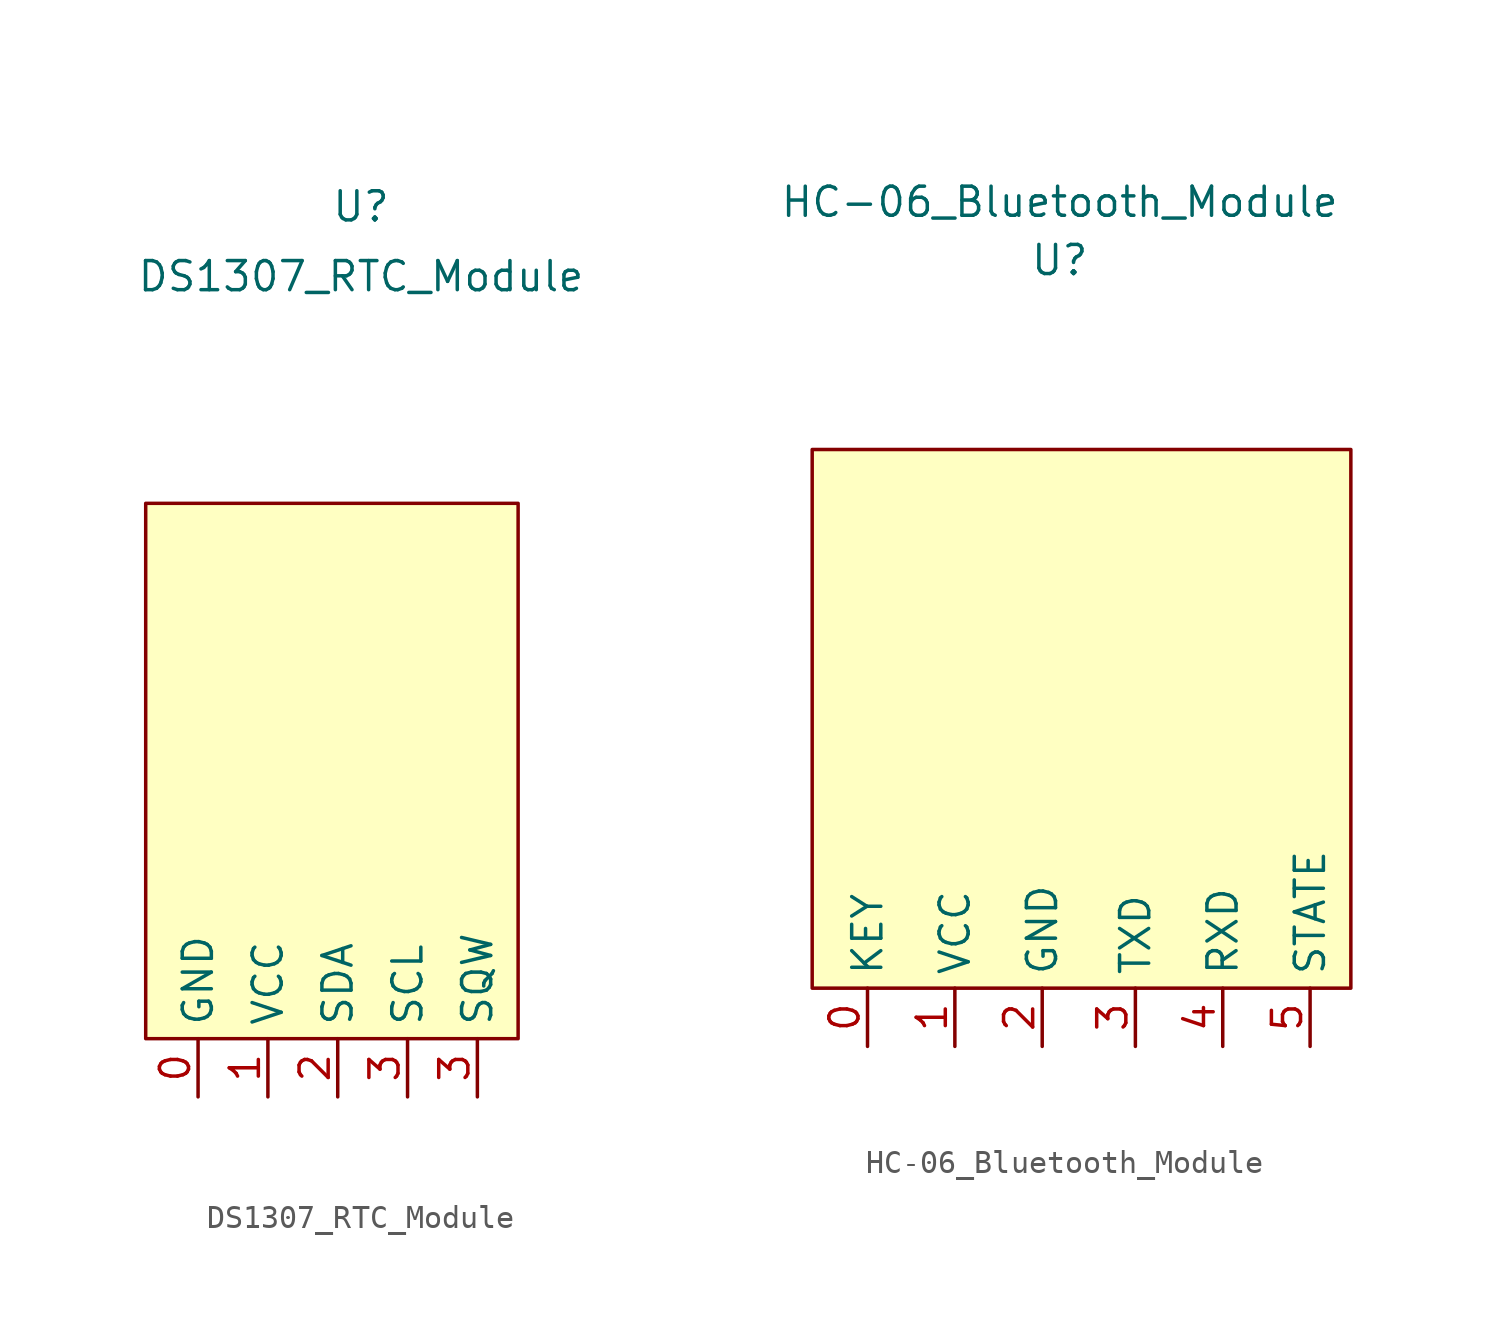
<source format=kicad_sym>
(kicad_symbol_lib
  (version 20211014)
  (generator kicad_symbol_editor)
  (symbol "DS1307_RTC_Module"
    (property "Reference" "U"
      (at 0 24.892 0)
      (effects (font (size 1.27 1.27))))
    (property "Value" "DS1307_RTC_Module"
      (at 0 21.844 0)
      (effects (font (size 1.27 1.27))))
    (symbol "DS1307_RTC_Module_0_1"
      (rectangle (start -9.398 11.938) (end 6.858 -11.43) (stroke (width 0) (type default) (color 0 0 0 0)) (fill (type background))))
    (symbol "DS1307_RTC_Module_1_1"
      (pin input line (at -7.112 -13.97 90) (length 2.54) (name "GND" (effects (font (size 1.27 1.27)))) (number "0" (effects (font (size 1.27 1.27)))))
      (pin input line (at -4.064 -13.97 90) (length 2.54) (name "VCC" (effects (font (size 1.27 1.27)))) (number "1" (effects (font (size 1.27 1.27)))))
      (pin bidirectional line (at -1.016 -13.97 90) (length 2.54) (name "SDA" (effects (font (size 1.27 1.27)))) (number "2" (effects (font (size 1.27 1.27)))))
      (pin input line (at 2.032 -13.97 90) (length 2.54) (name "SCL" (effects (font (size 1.27 1.27)))) (number "3" (effects (font (size 1.27 1.27)))))
      (pin output line (at 5.08 -13.97 90) (length 2.54) (name "SQW" (effects (font (size 1.27 1.27)))) (number "3" (effects (font (size 1.27 1.27)))))))
  (symbol "HC-06_Bluetooth_Module"
    (property "Reference" "U"
      (at -1.27 20.32 0)
      (effects (font (size 1.27 1.27))))
    (property "Value" "HC-06_Bluetooth_Module"
      (at -1.27 22.86 0)
      (effects (font (size 1.27 1.27))))
    (symbol "HC-06_Bluetooth_Module_0_1"
      (rectangle (start -12.065 12.065) (end 11.43 -11.43) (stroke (width 0) (type default) (color 0 0 0 0)) (fill (type background))))
    (symbol "HC-06_Bluetooth_Module_1_1"
      (pin input line (at -9.652 -13.97 90) (length 2.54) (name "KEY" (effects (font (size 1.27 1.27)))) (number "0" (effects (font (size 1.27 1.27)))))
      (pin input line (at -5.842 -13.97 90) (length 2.54) (name "VCC" (effects (font (size 1.27 1.27)))) (number "1" (effects (font (size 1.27 1.27)))))
      (pin input line (at -2.032 -13.97 90) (length 2.54) (name "GND" (effects (font (size 1.27 1.27)))) (number "2" (effects (font (size 1.27 1.27)))))
      (pin output line (at 2.032 -13.97 90) (length 2.54) (name "TXD" (effects (font (size 1.27 1.27)))) (number "3" (effects (font (size 1.27 1.27)))))
      (pin input line (at 5.842 -13.97 90) (length 2.54) (name "RXD" (effects (font (size 1.27 1.27)))) (number "4" (effects (font (size 1.27 1.27)))))
      (pin output line (at 9.652 -13.97 90) (length 2.54) (name "STATE" (effects (font (size 1.27 1.27)))) (number "5" (effects (font (size 1.27 1.27))))))))
</source>
